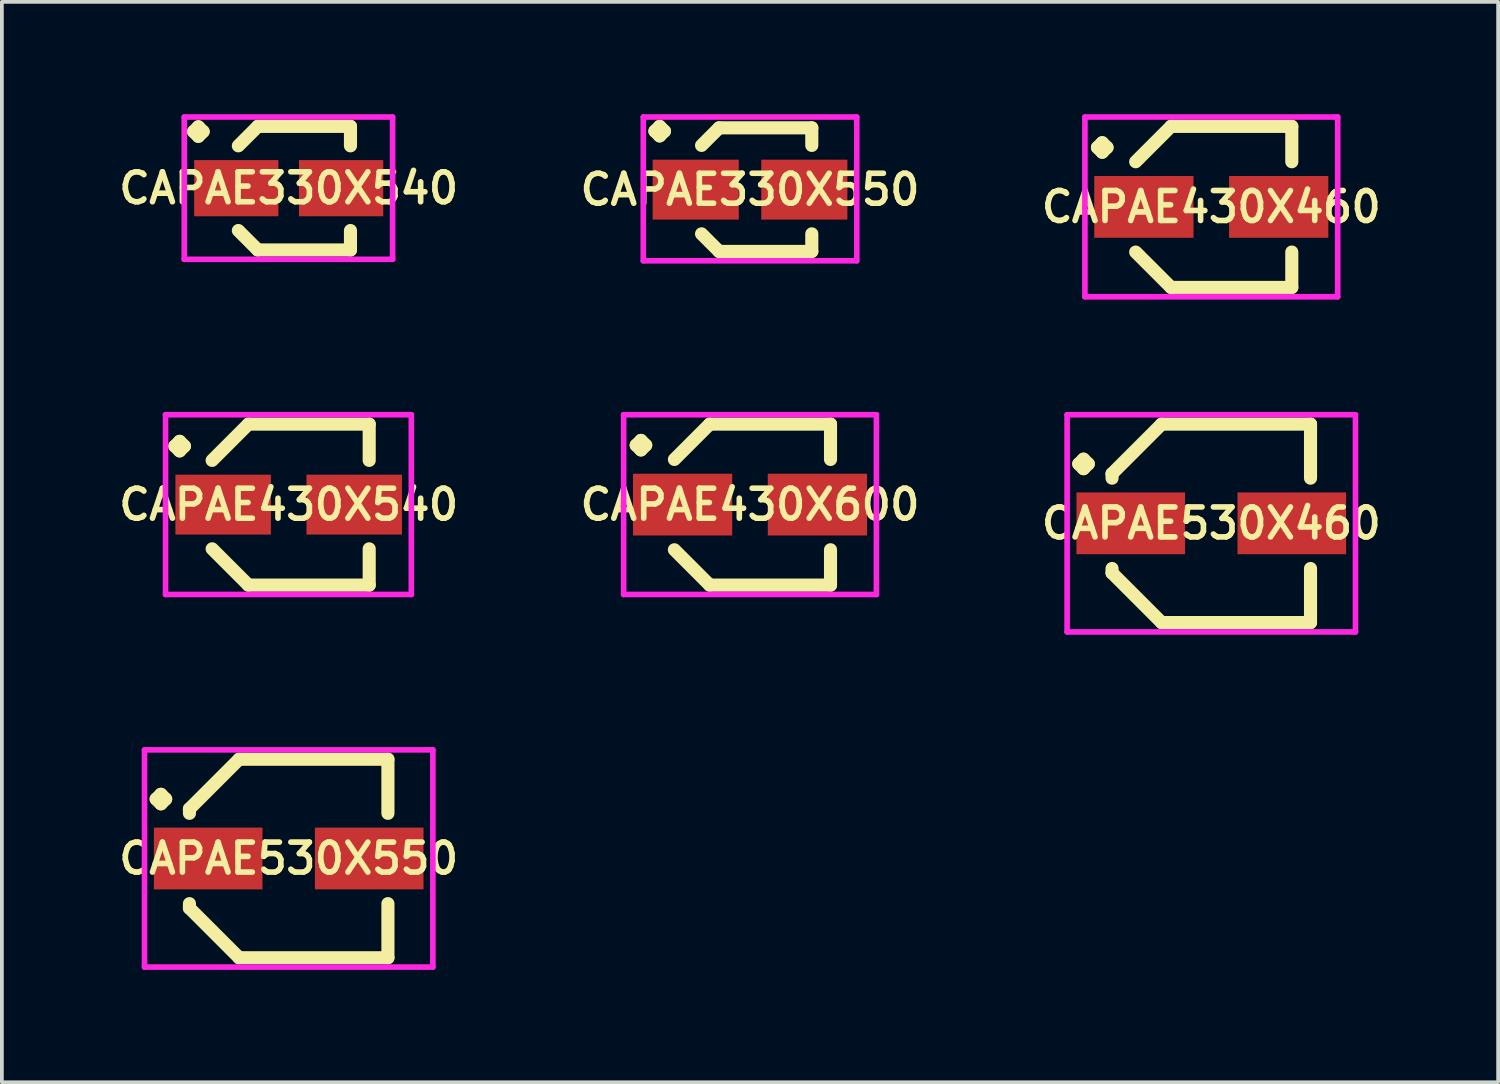
<source format=kicad_pcb>
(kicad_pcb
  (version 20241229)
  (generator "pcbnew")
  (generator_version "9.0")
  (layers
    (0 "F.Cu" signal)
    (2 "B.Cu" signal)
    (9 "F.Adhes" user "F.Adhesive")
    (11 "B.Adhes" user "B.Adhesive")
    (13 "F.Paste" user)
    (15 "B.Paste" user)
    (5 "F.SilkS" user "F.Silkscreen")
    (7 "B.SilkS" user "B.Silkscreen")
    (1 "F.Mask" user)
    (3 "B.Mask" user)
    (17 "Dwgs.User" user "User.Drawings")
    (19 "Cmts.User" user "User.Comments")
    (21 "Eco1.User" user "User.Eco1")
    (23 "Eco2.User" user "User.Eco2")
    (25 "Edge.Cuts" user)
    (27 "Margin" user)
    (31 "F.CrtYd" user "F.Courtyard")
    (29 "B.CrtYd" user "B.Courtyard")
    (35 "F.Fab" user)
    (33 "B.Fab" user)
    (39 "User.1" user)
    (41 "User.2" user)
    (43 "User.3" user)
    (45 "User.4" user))
  (footprint "CAPAE430X600"
    (layer "F.Cu")
    (at 16.978 10.425)
    (property "Reference" "CAPAE430X600" (at 0 0 0) (layer "F.SilkS") (effects (font (size 0.8 0.8) (thickness 0.15))))
    (attr smd)
    (fp_line (start -3.039 -1.587) (end -2.912 -1.714) (stroke (width 0.35) (type solid)) (layer "F.SilkS"))
    (fp_line (start -2.912 -1.714) (end -2.785 -1.587) (stroke (width 0.35) (type solid)) (layer "F.SilkS"))
    (fp_line (start -2.912 -1.46) (end -3.039 -1.587) (stroke (width 0.35) (type solid)) (layer "F.SilkS"))
    (fp_line (start -2.785 -1.587) (end -2.912 -1.46) (stroke (width 0.35) (type solid)) (layer "F.SilkS"))
    (fp_line (start -1.075 -2.15) (end -2.019 -1.206) (stroke (width 0.35) (type solid)) (layer "F.SilkS"))
    (fp_line (start -1.075 2.15) (end -2.019 1.206) (stroke (width 0.35) (type solid)) (layer "F.SilkS"))
    (fp_line (start 2.15 -2.15) (end -1.075 -2.15) (stroke (width 0.35) (type solid)) (layer "F.SilkS"))
    (fp_line (start 2.15 -1.206) (end 2.15 -2.15) (stroke (width 0.35) (type solid)) (layer "F.SilkS"))
    (fp_line (start 2.15 1.206) (end 2.15 2.15) (stroke (width 0.35) (type solid)) (layer "F.SilkS"))
    (fp_line (start 2.15 2.15) (end -1.075 2.15) (stroke (width 0.35) (type solid)) (layer "F.SilkS"))
    (fp_line (start -3.375 -2.4) (end 3.375 -2.4) (stroke (width 0.15) (type solid)) (layer "F.CrtYd"))
    (fp_line (start -3.375 2.4) (end -3.375 -2.4) (stroke (width 0.15) (type solid)) (layer "F.CrtYd"))
    (fp_line (start 3.375 -2.4) (end 3.375 2.4) (stroke (width 0.15) (type solid)) (layer "F.CrtYd"))
    (fp_line (start 3.375 2.4) (end -3.375 2.4) (stroke (width 0.15) (type solid)) (layer "F.CrtYd"))
    (pad "1" smd rect (at -1.8 0) (size 2.65 1.65) (layers "F.Cu" "F.Mask" "F.Paste"))
    (pad "2" smd rect (at 1.8 0) (size 2.65 1.65) (layers "F.Cu" "F.Mask" "F.Paste")))
  (footprint "CAPAE330X550"
    (layer "F.Cu")
    (at 16.978 2.014)
    (property "Reference" "CAPAE330X550" (at 0 0 0) (layer "F.SilkS") (effects (font (size 0.8 0.8) (thickness 0.15))))
    (attr smd)
    (fp_line (start -2.539 -1.562) (end -2.412 -1.689) (stroke (width 0.35) (type solid)) (layer "F.SilkS"))
    (fp_line (start -2.412 -1.689) (end -2.285 -1.562) (stroke (width 0.35) (type solid)) (layer "F.SilkS"))
    (fp_line (start -2.412 -1.435) (end -2.539 -1.562) (stroke (width 0.35) (type solid)) (layer "F.SilkS"))
    (fp_line (start -2.285 -1.562) (end -2.412 -1.435) (stroke (width 0.35) (type solid)) (layer "F.SilkS"))
    (fp_line (start -0.825 -1.65) (end -1.294 -1.181) (stroke (width 0.35) (type solid)) (layer "F.SilkS"))
    (fp_line (start -0.825 1.65) (end -1.294 1.181) (stroke (width 0.35) (type solid)) (layer "F.SilkS"))
    (fp_line (start 1.65 -1.65) (end -0.825 -1.65) (stroke (width 0.35) (type solid)) (layer "F.SilkS"))
    (fp_line (start 1.65 -1.181) (end 1.65 -1.65) (stroke (width 0.35) (type solid)) (layer "F.SilkS"))
    (fp_line (start 1.65 1.181) (end 1.65 1.65) (stroke (width 0.35) (type solid)) (layer "F.SilkS"))
    (fp_line (start 1.65 1.65) (end -0.825 1.65) (stroke (width 0.35) (type solid)) (layer "F.SilkS"))
    (fp_line (start -2.85 -1.939) (end 2.85 -1.939) (stroke (width 0.15) (type solid)) (layer "F.CrtYd"))
    (fp_line (start -2.85 1.9) (end -2.85 -1.939) (stroke (width 0.15) (type solid)) (layer "F.CrtYd"))
    (fp_line (start 2.85 -1.939) (end 2.85 1.9) (stroke (width 0.15) (type solid)) (layer "F.CrtYd"))
    (fp_line (start 2.85 1.9) (end -2.85 1.9) (stroke (width 0.15) (type solid)) (layer "F.CrtYd"))
    (pad "1" smd rect (at -1.45 0) (size 2.3 1.6) (layers "F.Cu" "F.Mask" "F.Paste"))
    (pad "2" smd rect (at 1.45 0) (size 2.3 1.6) (layers "F.Cu" "F.Mask" "F.Paste")))
  (footprint "CAPAE430X460"
    (layer "F.Cu")
    (at 29.296 2.475)
    (property "Reference" "CAPAE430X460" (at 0 0 0) (layer "F.SilkS") (effects (font (size 0.8 0.8) (thickness 0.15))))
    (attr smd)
    (fp_line (start -3.039 -1.587) (end -2.912 -1.714) (stroke (width 0.35) (type solid)) (layer "F.SilkS"))
    (fp_line (start -2.912 -1.714) (end -2.785 -1.587) (stroke (width 0.35) (type solid)) (layer "F.SilkS"))
    (fp_line (start -2.912 -1.46) (end -3.039 -1.587) (stroke (width 0.35) (type solid)) (layer "F.SilkS"))
    (fp_line (start -2.785 -1.587) (end -2.912 -1.46) (stroke (width 0.35) (type solid)) (layer "F.SilkS"))
    (fp_line (start -1.075 -2.15) (end -2.019 -1.206) (stroke (width 0.35) (type solid)) (layer "F.SilkS"))
    (fp_line (start -1.075 2.15) (end -2.019 1.206) (stroke (width 0.35) (type solid)) (layer "F.SilkS"))
    (fp_line (start 2.15 -2.15) (end -1.075 -2.15) (stroke (width 0.35) (type solid)) (layer "F.SilkS"))
    (fp_line (start 2.15 -1.206) (end 2.15 -2.15) (stroke (width 0.35) (type solid)) (layer "F.SilkS"))
    (fp_line (start 2.15 1.206) (end 2.15 2.15) (stroke (width 0.35) (type solid)) (layer "F.SilkS"))
    (fp_line (start 2.15 2.15) (end -1.075 2.15) (stroke (width 0.35) (type solid)) (layer "F.SilkS"))
    (fp_line (start -3.375 -2.4) (end 3.375 -2.4) (stroke (width 0.15) (type solid)) (layer "F.CrtYd"))
    (fp_line (start -3.375 2.4) (end -3.375 -2.4) (stroke (width 0.15) (type solid)) (layer "F.CrtYd"))
    (fp_line (start 3.375 -2.4) (end 3.375 2.4) (stroke (width 0.15) (type solid)) (layer "F.CrtYd"))
    (fp_line (start 3.375 2.4) (end -3.375 2.4) (stroke (width 0.15) (type solid)) (layer "F.CrtYd"))
    (pad "1" smd rect (at -1.8 0) (size 2.65 1.65) (layers "F.Cu" "F.Mask" "F.Paste"))
    (pad "2" smd rect (at 1.8 0) (size 2.65 1.65) (layers "F.Cu" "F.Mask" "F.Paste")))
  (footprint "CAPAE330X540"
    (layer "F.Cu")
    (at 4.659 1.975)
    (property "Reference" "CAPAE330X540" (at 0 0 0) (layer "F.SilkS") (effects (font (size 0.8 0.8) (thickness 0.15))))
    (attr through_hole)
    (fp_line (start -2.539 -1.512) (end -2.412 -1.639) (stroke (width 0.35) (type solid)) (layer "F.SilkS"))
    (fp_line (start -2.412 -1.639) (end -2.285 -1.512) (stroke (width 0.35) (type solid)) (layer "F.SilkS"))
    (fp_line (start -2.412 -1.385) (end -2.539 -1.512) (stroke (width 0.35) (type solid)) (layer "F.SilkS"))
    (fp_line (start -2.285 -1.512) (end -2.412 -1.385) (stroke (width 0.35) (type solid)) (layer "F.SilkS"))
    (fp_line (start -0.825 -1.65) (end -1.344 -1.131) (stroke (width 0.35) (type solid)) (layer "F.SilkS"))
    (fp_line (start -0.825 1.65) (end -1.344 1.131) (stroke (width 0.35) (type solid)) (layer "F.SilkS"))
    (fp_line (start 1.65 -1.65) (end -0.825 -1.65) (stroke (width 0.35) (type solid)) (layer "F.SilkS"))
    (fp_line (start 1.65 -1.131) (end 1.65 -1.65) (stroke (width 0.35) (type solid)) (layer "F.SilkS"))
    (fp_line (start 1.65 1.131) (end 1.65 1.65) (stroke (width 0.35) (type solid)) (layer "F.SilkS"))
    (fp_line (start 1.65 1.65) (end -0.825 1.65) (stroke (width 0.35) (type solid)) (layer "F.SilkS"))
    (fp_line (start -2.789 -1.9) (end 2.775 -1.9) (stroke (width 0.15) (type solid)) (layer "F.CrtYd"))
    (fp_line (start -2.789 1.9) (end -2.789 -1.9) (stroke (width 0.15) (type solid)) (layer "F.CrtYd"))
    (fp_line (start 2.775 -1.9) (end 2.775 1.9) (stroke (width 0.15) (type solid)) (layer "F.CrtYd"))
    (fp_line (start 2.775 1.9) (end -2.789 1.9) (stroke (width 0.15) (type solid)) (layer "F.CrtYd"))
    (pad "1" smd rect (at -1.4 0) (size 2.25 1.5) (layers "F.Cu" "F.Mask" "F.Paste"))
    (pad "2" smd rect (at 1.4 0) (size 2.25 1.5) (layers "F.Cu" "F.Mask" "F.Paste")))
  (footprint "CAPAE430X540"
    (layer "F.Cu")
    (at 4.659 10.425)
    (property "Reference" "CAPAE430X540" (at 0 0 0) (layer "F.SilkS") (effects (font (size 0.8 0.8) (thickness 0.15))))
    (attr through_hole)
    (fp_line (start -3.039 -1.562) (end -2.912 -1.689) (stroke (width 0.35) (type solid)) (layer "F.SilkS"))
    (fp_line (start -2.912 -1.689) (end -2.785 -1.562) (stroke (width 0.35) (type solid)) (layer "F.SilkS"))
    (fp_line (start -2.912 -1.435) (end -3.039 -1.562) (stroke (width 0.35) (type solid)) (layer "F.SilkS"))
    (fp_line (start -2.785 -1.562) (end -2.912 -1.435) (stroke (width 0.35) (type solid)) (layer "F.SilkS"))
    (fp_line (start -1.075 -2.15) (end -2.044 -1.181) (stroke (width 0.35) (type solid)) (layer "F.SilkS"))
    (fp_line (start -1.075 2.15) (end -2.044 1.181) (stroke (width 0.35) (type solid)) (layer "F.SilkS"))
    (fp_line (start 2.15 -2.15) (end -1.075 -2.15) (stroke (width 0.35) (type solid)) (layer "F.SilkS"))
    (fp_line (start 2.15 -1.181) (end 2.15 -2.15) (stroke (width 0.35) (type solid)) (layer "F.SilkS"))
    (fp_line (start 2.15 1.181) (end 2.15 2.15) (stroke (width 0.35) (type solid)) (layer "F.SilkS"))
    (fp_line (start 2.15 2.15) (end -1.075 2.15) (stroke (width 0.35) (type solid)) (layer "F.SilkS"))
    (fp_line (start -3.289 -2.4) (end 3.275 -2.4) (stroke (width 0.15) (type solid)) (layer "F.CrtYd"))
    (fp_line (start -3.289 2.4) (end -3.289 -2.4) (stroke (width 0.15) (type solid)) (layer "F.CrtYd"))
    (fp_line (start 3.275 -2.4) (end 3.275 2.4) (stroke (width 0.15) (type solid)) (layer "F.CrtYd"))
    (fp_line (start 3.275 2.4) (end -3.289 2.4) (stroke (width 0.15) (type solid)) (layer "F.CrtYd"))
    (pad "1" smd rect (at -1.75 0) (size 2.55 1.6) (layers "F.Cu" "F.Mask" "F.Paste"))
    (pad "2" smd rect (at 1.75 0) (size 2.55 1.6) (layers "F.Cu" "F.Mask" "F.Paste")))
  (footprint "CAPAE530X460"
    (layer "F.Cu")
    (at 29.296 10.925)
    (property "Reference" "CAPAE530X460" (at 0 0 0) (layer "F.SilkS") (effects (font (size 0.8 0.8) (thickness 0.15))))
    (attr smd)
    (fp_line (start -3.539 -1.587) (end -3.412 -1.714) (stroke (width 0.35) (type solid)) (layer "F.SilkS"))
    (fp_line (start -3.412 -1.714) (end -3.285 -1.587) (stroke (width 0.35) (type solid)) (layer "F.SilkS"))
    (fp_line (start -3.412 -1.46) (end -3.539 -1.587) (stroke (width 0.35) (type solid)) (layer "F.SilkS"))
    (fp_line (start -3.285 -1.587) (end -3.412 -1.46) (stroke (width 0.35) (type solid)) (layer "F.SilkS"))
    (fp_line (start -2.65 -1.325) (end -2.65 -1.206) (stroke (width 0.35) (type solid)) (layer "F.SilkS"))
    (fp_line (start -2.65 1.325) (end -2.65 1.206) (stroke (width 0.35) (type solid)) (layer "F.SilkS"))
    (fp_line (start -1.325 -2.65) (end -2.65 -1.325) (stroke (width 0.35) (type solid)) (layer "F.SilkS"))
    (fp_line (start -1.325 2.65) (end -2.65 1.325) (stroke (width 0.35) (type solid)) (layer "F.SilkS"))
    (fp_line (start 2.65 -2.65) (end -1.325 -2.65) (stroke (width 0.35) (type solid)) (layer "F.SilkS"))
    (fp_line (start 2.65 -1.206) (end 2.65 -2.65) (stroke (width 0.35) (type solid)) (layer "F.SilkS"))
    (fp_line (start 2.65 1.206) (end 2.65 2.65) (stroke (width 0.35) (type solid)) (layer "F.SilkS"))
    (fp_line (start 2.65 2.65) (end -1.325 2.65) (stroke (width 0.35) (type solid)) (layer "F.SilkS"))
    (fp_line (start -3.85 -2.9) (end 3.85 -2.9) (stroke (width 0.15) (type solid)) (layer "F.CrtYd"))
    (fp_line (start -3.85 2.9) (end -3.85 -2.9) (stroke (width 0.15) (type solid)) (layer "F.CrtYd"))
    (fp_line (start 3.85 -2.9) (end 3.85 2.9) (stroke (width 0.15) (type solid)) (layer "F.CrtYd"))
    (fp_line (start 3.85 2.9) (end -3.85 2.9) (stroke (width 0.15) (type solid)) (layer "F.CrtYd"))
    (pad "1" smd rect (at -2.15 0) (size 2.9 1.65) (layers "F.Cu" "F.Mask" "F.Paste"))
    (pad "2" smd rect (at 2.15 0) (size 2.9 1.65) (layers "F.Cu" "F.Mask" "F.Paste")))
  (footprint "CAPAE530X550"
    (layer "F.Cu")
    (at 4.659 19.875)
    (property "Reference" "CAPAE530X550" (at 0 0 0) (layer "F.SilkS") (effects (font (size 0.8 0.8) (thickness 0.15))))
    (attr smd)
    (fp_line (start -3.539 -1.587) (end -3.412 -1.714) (stroke (width 0.35) (type solid)) (layer "F.SilkS"))
    (fp_line (start -3.412 -1.714) (end -3.285 -1.587) (stroke (width 0.35) (type solid)) (layer "F.SilkS"))
    (fp_line (start -3.412 -1.46) (end -3.539 -1.587) (stroke (width 0.35) (type solid)) (layer "F.SilkS"))
    (fp_line (start -3.285 -1.587) (end -3.412 -1.46) (stroke (width 0.35) (type solid)) (layer "F.SilkS"))
    (fp_line (start -2.65 -1.325) (end -2.65 -1.206) (stroke (width 0.35) (type solid)) (layer "F.SilkS"))
    (fp_line (start -2.65 1.325) (end -2.65 1.206) (stroke (width 0.35) (type solid)) (layer "F.SilkS"))
    (fp_line (start -1.325 -2.65) (end -2.65 -1.325) (stroke (width 0.35) (type solid)) (layer "F.SilkS"))
    (fp_line (start -1.325 2.65) (end -2.65 1.325) (stroke (width 0.35) (type solid)) (layer "F.SilkS"))
    (fp_line (start 2.65 -2.65) (end -1.325 -2.65) (stroke (width 0.35) (type solid)) (layer "F.SilkS"))
    (fp_line (start 2.65 -1.206) (end 2.65 -2.65) (stroke (width 0.35) (type solid)) (layer "F.SilkS"))
    (fp_line (start 2.65 1.206) (end 2.65 2.65) (stroke (width 0.35) (type solid)) (layer "F.SilkS"))
    (fp_line (start 2.65 2.65) (end -1.325 2.65) (stroke (width 0.35) (type solid)) (layer "F.SilkS"))
    (fp_line (start -3.85 -2.9) (end 3.85 -2.9) (stroke (width 0.15) (type solid)) (layer "F.CrtYd"))
    (fp_line (start -3.85 2.9) (end -3.85 -2.9) (stroke (width 0.15) (type solid)) (layer "F.CrtYd"))
    (fp_line (start 3.85 -2.9) (end 3.85 2.9) (stroke (width 0.15) (type solid)) (layer "F.CrtYd"))
    (fp_line (start 3.85 2.9) (end -3.85 2.9) (stroke (width 0.15) (type solid)) (layer "F.CrtYd"))
    (pad "1" smd rect (at -2.15 0) (size 2.9 1.65) (layers "F.Cu" "F.Mask" "F.Paste"))
    (pad "2" smd rect (at 2.15 0) (size 2.9 1.65) (layers "F.Cu" "F.Mask" "F.Paste")))
  (gr_rect
    (start -3 -3)
    (end 36.956 25.85)
    (stroke (width 0.1) (type default))
    (fill no)
    (layer "Edge.Cuts")))
</source>
